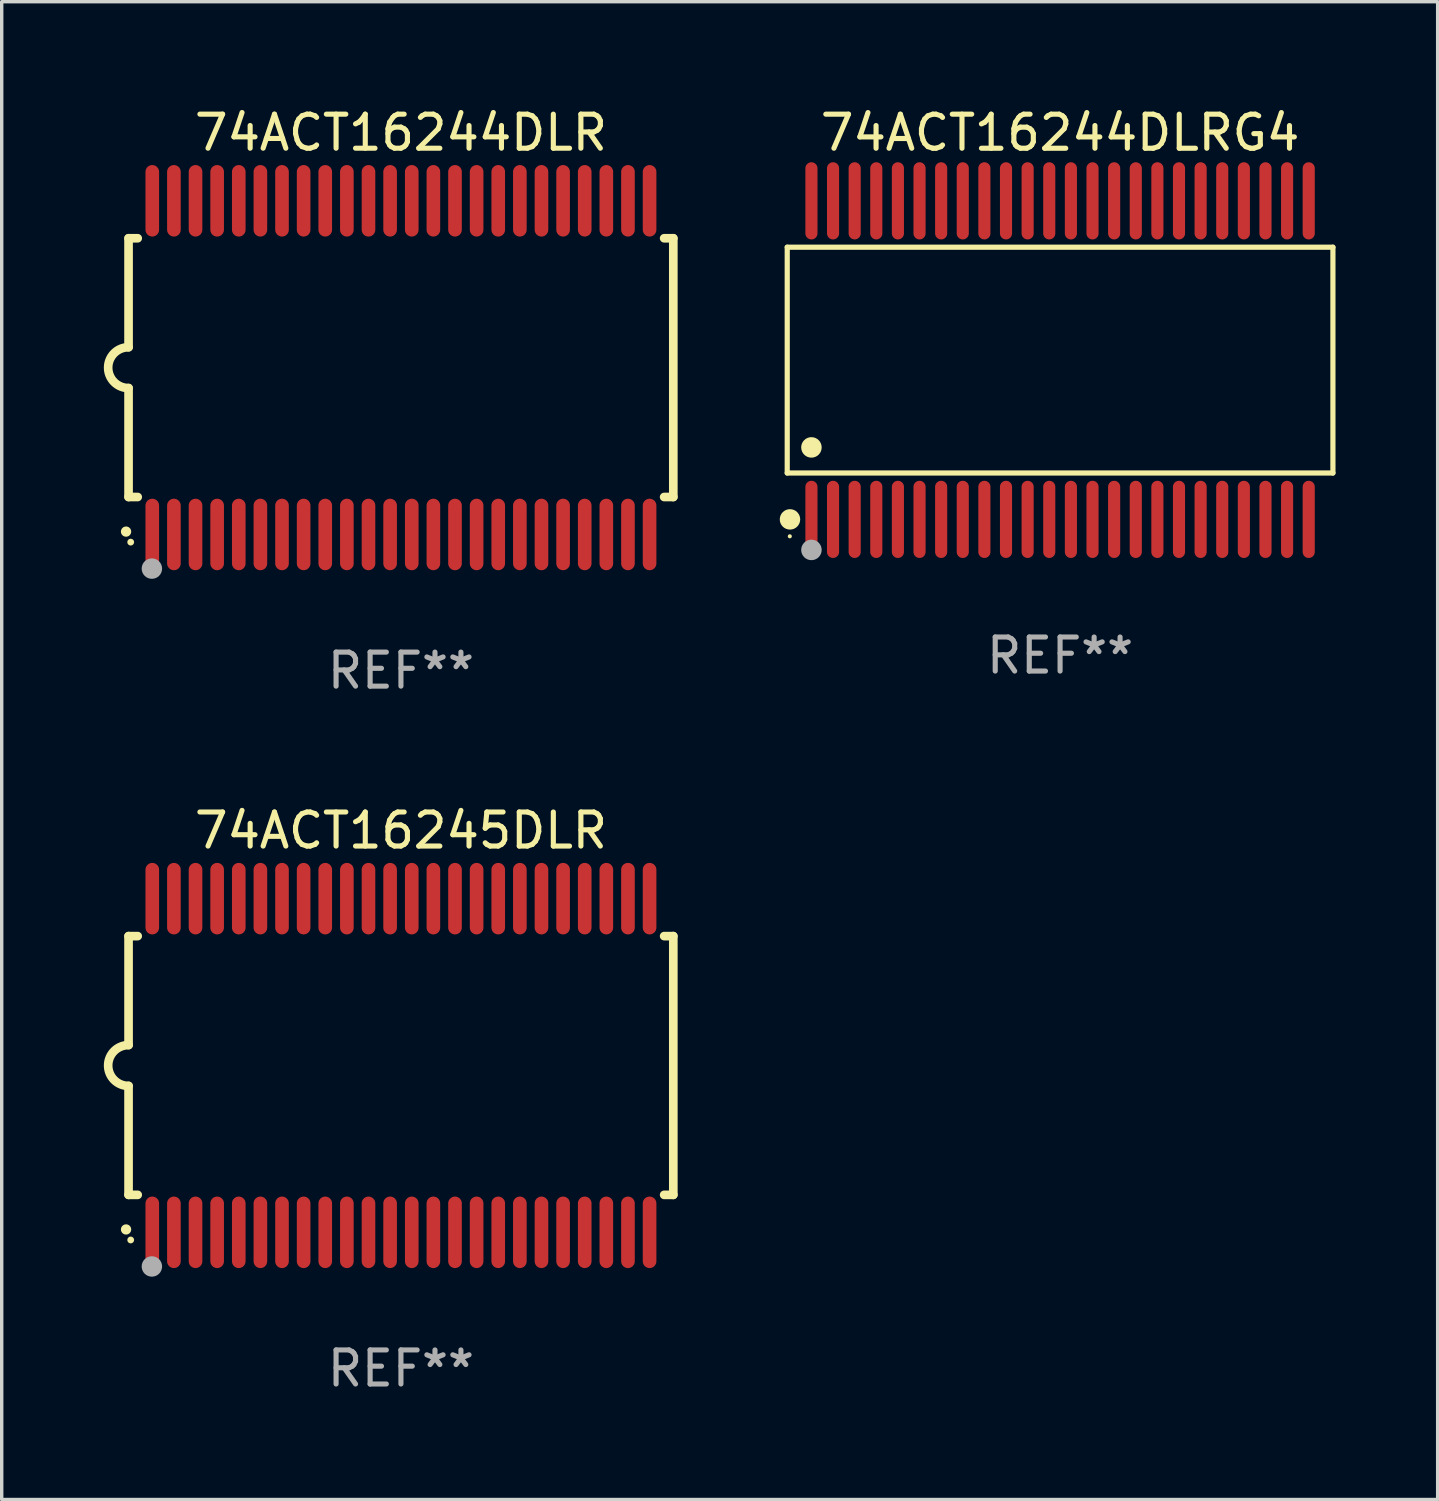
<source format=kicad_pcb>
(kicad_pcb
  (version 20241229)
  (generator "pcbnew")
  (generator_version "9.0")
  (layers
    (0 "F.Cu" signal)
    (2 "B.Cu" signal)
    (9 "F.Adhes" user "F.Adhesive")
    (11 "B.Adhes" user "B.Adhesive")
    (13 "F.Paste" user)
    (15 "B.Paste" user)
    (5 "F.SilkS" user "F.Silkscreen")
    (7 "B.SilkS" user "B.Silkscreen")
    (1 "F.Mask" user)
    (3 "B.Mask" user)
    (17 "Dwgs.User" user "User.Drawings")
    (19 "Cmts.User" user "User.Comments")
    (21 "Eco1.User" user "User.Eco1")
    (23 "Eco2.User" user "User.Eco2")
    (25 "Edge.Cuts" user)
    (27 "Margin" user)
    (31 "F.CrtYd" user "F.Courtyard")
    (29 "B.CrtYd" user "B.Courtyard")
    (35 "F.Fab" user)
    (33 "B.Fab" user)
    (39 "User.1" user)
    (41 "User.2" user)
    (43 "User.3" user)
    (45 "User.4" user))
  (footprint "74ACT16245DLR"
    (layer "F.Cu")
    (at 8.726 28.245)
    (property "Reference" "74ACT16245DLR" (at 0 -6.9 0) (layer "F.SilkS") (effects (font (size 1 1) (thickness 0.15))))
    (attr through_hole)
    (fp_line (start -8 -3.8) (end -8 -0.599) (stroke (width 0.254) (type solid)) (layer "F.SilkS"))
    (fp_line (start -8 -3.8) (end -7.731 -3.8) (stroke (width 0.254) (type solid)) (layer "F.SilkS"))
    (fp_line (start -8 3.8) (end -8 0.599) (stroke (width 0.254) (type solid)) (layer "F.SilkS"))
    (fp_line (start -7.731 3.8) (end -8 3.8) (stroke (width 0.254) (type solid)) (layer "F.SilkS"))
    (fp_line (start 7.731 -3.8) (end 8 -3.8) (stroke (width 0.254) (type solid)) (layer "F.SilkS"))
    (fp_line (start 8 -3.8) (end 8 3.8) (stroke (width 0.254) (type solid)) (layer "F.SilkS"))
    (fp_line (start 8 3.8) (end 7.731 3.8) (stroke (width 0.254) (type solid)) (layer "F.SilkS"))
    (fp_arc (start -8.074676 4.81585) (mid -8.073406 4.815845) (end -8.072136 4.81585) (stroke (width 0.3) (type solid)) (layer "F.SilkS"))
    (fp_arc (start -8.000025 0.6) (mid -8.598908 0.00056) (end -8.000027 -0.598882) (stroke (width 0.254001) (type solid)) (layer "F.SilkS"))
    (fp_circle (center -7.937 5.125) (end -7.887 5.125) (stroke (width 0.1) (type solid)) (fill no) (layer "F.SilkS"))
    (fp_circle (center -7.315 5.903) (end -7.165 5.903) (stroke (width 0.3) (type solid)) (fill no) (layer "F.Fab"))
    (fp_text user "REF**" (at 0 8.9 0) (layer "F.Fab") (effects (font (size 1 1) (thickness 0.15))))
    (pad "1" smd oval (at -7.303 4.9) (size 0.4 2.1) (layers "F.Cu" "F.Mask" "F.Paste"))
    (pad "2" smd oval (at -6.668 4.9) (size 0.4 2.1) (layers "F.Cu" "F.Mask" "F.Paste"))
    (pad "3" smd oval (at -6.033 4.9) (size 0.4 2.1) (layers "F.Cu" "F.Mask" "F.Paste"))
    (pad "4" smd oval (at -5.398 4.9) (size 0.4 2.1) (layers "F.Cu" "F.Mask" "F.Paste"))
    (pad "5" smd oval (at -4.763 4.9) (size 0.4 2.1) (layers "F.Cu" "F.Mask" "F.Paste"))
    (pad "6" smd oval (at -4.128 4.9) (size 0.4 2.1) (layers "F.Cu" "F.Mask" "F.Paste"))
    (pad "7" smd oval (at -3.493 4.9) (size 0.4 2.1) (layers "F.Cu" "F.Mask" "F.Paste"))
    (pad "8" smd oval (at -2.858 4.9) (size 0.4 2.1) (layers "F.Cu" "F.Mask" "F.Paste"))
    (pad "9" smd oval (at -2.223 4.9) (size 0.4 2.1) (layers "F.Cu" "F.Mask" "F.Paste"))
    (pad "10" smd oval (at -1.588 4.9) (size 0.4 2.1) (layers "F.Cu" "F.Mask" "F.Paste"))
    (pad "11" smd oval (at -0.953 4.9) (size 0.4 2.1) (layers "F.Cu" "F.Mask" "F.Paste"))
    (pad "12" smd oval (at -0.318 4.9) (size 0.4 2.1) (layers "F.Cu" "F.Mask" "F.Paste"))
    (pad "13" smd oval (at 0.318 4.9) (size 0.4 2.1) (layers "F.Cu" "F.Mask" "F.Paste"))
    (pad "14" smd oval (at 0.953 4.9) (size 0.4 2.1) (layers "F.Cu" "F.Mask" "F.Paste"))
    (pad "15" smd oval (at 1.588 4.9) (size 0.4 2.1) (layers "F.Cu" "F.Mask" "F.Paste"))
    (pad "16" smd oval (at 2.223 4.9) (size 0.4 2.1) (layers "F.Cu" "F.Mask" "F.Paste"))
    (pad "17" smd oval (at 2.858 4.9) (size 0.4 2.1) (layers "F.Cu" "F.Mask" "F.Paste"))
    (pad "18" smd oval (at 3.493 4.9) (size 0.4 2.1) (layers "F.Cu" "F.Mask" "F.Paste"))
    (pad "19" smd oval (at 4.128 4.9) (size 0.4 2.1) (layers "F.Cu" "F.Mask" "F.Paste"))
    (pad "20" smd oval (at 4.763 4.9) (size 0.4 2.1) (layers "F.Cu" "F.Mask" "F.Paste"))
    (pad "21" smd oval (at 5.398 4.9) (size 0.4 2.1) (layers "F.Cu" "F.Mask" "F.Paste"))
    (pad "22" smd oval (at 6.033 4.9) (size 0.4 2.1) (layers "F.Cu" "F.Mask" "F.Paste"))
    (pad "23" smd oval (at 6.668 4.9) (size 0.4 2.1) (layers "F.Cu" "F.Mask" "F.Paste"))
    (pad "24" smd oval (at 7.303 4.9) (size 0.4 2.1) (layers "F.Cu" "F.Mask" "F.Paste"))
    (pad "25" smd oval (at 7.303 -4.9 180) (size 0.4 2.1) (layers "F.Cu" "F.Mask" "F.Paste"))
    (pad "26" smd oval (at 6.668 -4.9 180) (size 0.4 2.1) (layers "F.Cu" "F.Mask" "F.Paste"))
    (pad "27" smd oval (at 6.033 -4.9 180) (size 0.4 2.1) (layers "F.Cu" "F.Mask" "F.Paste"))
    (pad "28" smd oval (at 5.398 -4.9 180) (size 0.4 2.1) (layers "F.Cu" "F.Mask" "F.Paste"))
    (pad "29" smd oval (at 4.763 -4.9 180) (size 0.4 2.1) (layers "F.Cu" "F.Mask" "F.Paste"))
    (pad "30" smd oval (at 4.128 -4.9 180) (size 0.4 2.1) (layers "F.Cu" "F.Mask" "F.Paste"))
    (pad "31" smd oval (at 3.493 -4.9 180) (size 0.4 2.1) (layers "F.Cu" "F.Mask" "F.Paste"))
    (pad "32" smd oval (at 2.858 -4.9 180) (size 0.4 2.1) (layers "F.Cu" "F.Mask" "F.Paste"))
    (pad "33" smd oval (at 2.223 -4.9 180) (size 0.4 2.1) (layers "F.Cu" "F.Mask" "F.Paste"))
    (pad "34" smd oval (at 1.588 -4.9 180) (size 0.4 2.1) (layers "F.Cu" "F.Mask" "F.Paste"))
    (pad "35" smd oval (at 0.953 -4.9 180) (size 0.4 2.1) (layers "F.Cu" "F.Mask" "F.Paste"))
    (pad "36" smd oval (at 0.318 -4.9 180) (size 0.4 2.1) (layers "F.Cu" "F.Mask" "F.Paste"))
    (pad "37" smd oval (at -0.318 -4.9 180) (size 0.4 2.1) (layers "F.Cu" "F.Mask" "F.Paste"))
    (pad "38" smd oval (at -0.953 -4.9 180) (size 0.4 2.1) (layers "F.Cu" "F.Mask" "F.Paste"))
    (pad "39" smd oval (at -1.588 -4.9 180) (size 0.4 2.1) (layers "F.Cu" "F.Mask" "F.Paste"))
    (pad "40" smd oval (at -2.223 -4.9 180) (size 0.4 2.1) (layers "F.Cu" "F.Mask" "F.Paste"))
    (pad "41" smd oval (at -2.858 -4.9 180) (size 0.4 2.1) (layers "F.Cu" "F.Mask" "F.Paste"))
    (pad "42" smd oval (at -3.493 -4.9 180) (size 0.4 2.1) (layers "F.Cu" "F.Mask" "F.Paste"))
    (pad "43" smd oval (at -4.128 -4.9 180) (size 0.4 2.1) (layers "F.Cu" "F.Mask" "F.Paste"))
    (pad "44" smd oval (at -4.763 -4.9 180) (size 0.4 2.1) (layers "F.Cu" "F.Mask" "F.Paste"))
    (pad "45" smd oval (at -5.398 -4.9 180) (size 0.4 2.1) (layers "F.Cu" "F.Mask" "F.Paste"))
    (pad "46" smd oval (at -6.033 -4.9 180) (size 0.4 2.1) (layers "F.Cu" "F.Mask" "F.Paste"))
    (pad "47" smd oval (at -6.668 -4.9 180) (size 0.4 2.1) (layers "F.Cu" "F.Mask" "F.Paste"))
    (pad "48" smd oval (at -7.303 -4.9 180) (size 0.4 2.1) (layers "F.Cu" "F.Mask" "F.Paste")))
  (footprint "74ACT16244DLR"
    (layer "F.Cu")
    (at 8.726 7.748)
    (property "Reference" "74ACT16244DLR" (at 0 -6.9 0) (layer "F.SilkS") (effects (font (size 1 1) (thickness 0.15))))
    (attr through_hole)
    (fp_line (start -8 -3.8) (end -8 -0.599) (stroke (width 0.254) (type solid)) (layer "F.SilkS"))
    (fp_line (start -8 -3.8) (end -7.731 -3.8) (stroke (width 0.254) (type solid)) (layer "F.SilkS"))
    (fp_line (start -8 3.8) (end -8 0.599) (stroke (width 0.254) (type solid)) (layer "F.SilkS"))
    (fp_line (start -7.731 3.8) (end -8 3.8) (stroke (width 0.254) (type solid)) (layer "F.SilkS"))
    (fp_line (start 7.731 -3.8) (end 8 -3.8) (stroke (width 0.254) (type solid)) (layer "F.SilkS"))
    (fp_line (start 8 -3.8) (end 8 3.8) (stroke (width 0.254) (type solid)) (layer "F.SilkS"))
    (fp_line (start 8 3.8) (end 7.731 3.8) (stroke (width 0.254) (type solid)) (layer "F.SilkS"))
    (fp_arc (start -8.074676 4.81585) (mid -8.073406 4.815845) (end -8.072136 4.81585) (stroke (width 0.3) (type solid)) (layer "F.SilkS"))
    (fp_arc (start -8.000025 0.6) (mid -8.598908 0.00056) (end -8.000027 -0.598882) (stroke (width 0.254001) (type solid)) (layer "F.SilkS"))
    (fp_circle (center -7.937 5.125) (end -7.887 5.125) (stroke (width 0.1) (type solid)) (fill no) (layer "F.SilkS"))
    (fp_circle (center -7.315 5.903) (end -7.165 5.903) (stroke (width 0.3) (type solid)) (fill no) (layer "F.Fab"))
    (fp_text user "REF**" (at 0 8.9 0) (layer "F.Fab") (effects (font (size 1 1) (thickness 0.15))))
    (pad "1" smd oval (at -7.303 4.9) (size 0.4 2.1) (layers "F.Cu" "F.Mask" "F.Paste"))
    (pad "2" smd oval (at -6.668 4.9) (size 0.4 2.1) (layers "F.Cu" "F.Mask" "F.Paste"))
    (pad "3" smd oval (at -6.033 4.9) (size 0.4 2.1) (layers "F.Cu" "F.Mask" "F.Paste"))
    (pad "4" smd oval (at -5.398 4.9) (size 0.4 2.1) (layers "F.Cu" "F.Mask" "F.Paste"))
    (pad "5" smd oval (at -4.763 4.9) (size 0.4 2.1) (layers "F.Cu" "F.Mask" "F.Paste"))
    (pad "6" smd oval (at -4.128 4.9) (size 0.4 2.1) (layers "F.Cu" "F.Mask" "F.Paste"))
    (pad "7" smd oval (at -3.493 4.9) (size 0.4 2.1) (layers "F.Cu" "F.Mask" "F.Paste"))
    (pad "8" smd oval (at -2.858 4.9) (size 0.4 2.1) (layers "F.Cu" "F.Mask" "F.Paste"))
    (pad "9" smd oval (at -2.223 4.9) (size 0.4 2.1) (layers "F.Cu" "F.Mask" "F.Paste"))
    (pad "10" smd oval (at -1.588 4.9) (size 0.4 2.1) (layers "F.Cu" "F.Mask" "F.Paste"))
    (pad "11" smd oval (at -0.953 4.9) (size 0.4 2.1) (layers "F.Cu" "F.Mask" "F.Paste"))
    (pad "12" smd oval (at -0.318 4.9) (size 0.4 2.1) (layers "F.Cu" "F.Mask" "F.Paste"))
    (pad "13" smd oval (at 0.318 4.9) (size 0.4 2.1) (layers "F.Cu" "F.Mask" "F.Paste"))
    (pad "14" smd oval (at 0.953 4.9) (size 0.4 2.1) (layers "F.Cu" "F.Mask" "F.Paste"))
    (pad "15" smd oval (at 1.588 4.9) (size 0.4 2.1) (layers "F.Cu" "F.Mask" "F.Paste"))
    (pad "16" smd oval (at 2.223 4.9) (size 0.4 2.1) (layers "F.Cu" "F.Mask" "F.Paste"))
    (pad "17" smd oval (at 2.858 4.9) (size 0.4 2.1) (layers "F.Cu" "F.Mask" "F.Paste"))
    (pad "18" smd oval (at 3.493 4.9) (size 0.4 2.1) (layers "F.Cu" "F.Mask" "F.Paste"))
    (pad "19" smd oval (at 4.128 4.9) (size 0.4 2.1) (layers "F.Cu" "F.Mask" "F.Paste"))
    (pad "20" smd oval (at 4.763 4.9) (size 0.4 2.1) (layers "F.Cu" "F.Mask" "F.Paste"))
    (pad "21" smd oval (at 5.398 4.9) (size 0.4 2.1) (layers "F.Cu" "F.Mask" "F.Paste"))
    (pad "22" smd oval (at 6.033 4.9) (size 0.4 2.1) (layers "F.Cu" "F.Mask" "F.Paste"))
    (pad "23" smd oval (at 6.668 4.9) (size 0.4 2.1) (layers "F.Cu" "F.Mask" "F.Paste"))
    (pad "24" smd oval (at 7.303 4.9) (size 0.4 2.1) (layers "F.Cu" "F.Mask" "F.Paste"))
    (pad "25" smd oval (at 7.303 -4.9 180) (size 0.4 2.1) (layers "F.Cu" "F.Mask" "F.Paste"))
    (pad "26" smd oval (at 6.668 -4.9 180) (size 0.4 2.1) (layers "F.Cu" "F.Mask" "F.Paste"))
    (pad "27" smd oval (at 6.033 -4.9 180) (size 0.4 2.1) (layers "F.Cu" "F.Mask" "F.Paste"))
    (pad "28" smd oval (at 5.398 -4.9 180) (size 0.4 2.1) (layers "F.Cu" "F.Mask" "F.Paste"))
    (pad "29" smd oval (at 4.763 -4.9 180) (size 0.4 2.1) (layers "F.Cu" "F.Mask" "F.Paste"))
    (pad "30" smd oval (at 4.128 -4.9 180) (size 0.4 2.1) (layers "F.Cu" "F.Mask" "F.Paste"))
    (pad "31" smd oval (at 3.493 -4.9 180) (size 0.4 2.1) (layers "F.Cu" "F.Mask" "F.Paste"))
    (pad "32" smd oval (at 2.858 -4.9 180) (size 0.4 2.1) (layers "F.Cu" "F.Mask" "F.Paste"))
    (pad "33" smd oval (at 2.223 -4.9 180) (size 0.4 2.1) (layers "F.Cu" "F.Mask" "F.Paste"))
    (pad "34" smd oval (at 1.588 -4.9 180) (size 0.4 2.1) (layers "F.Cu" "F.Mask" "F.Paste"))
    (pad "35" smd oval (at 0.953 -4.9 180) (size 0.4 2.1) (layers "F.Cu" "F.Mask" "F.Paste"))
    (pad "36" smd oval (at 0.318 -4.9 180) (size 0.4 2.1) (layers "F.Cu" "F.Mask" "F.Paste"))
    (pad "37" smd oval (at -0.318 -4.9 180) (size 0.4 2.1) (layers "F.Cu" "F.Mask" "F.Paste"))
    (pad "38" smd oval (at -0.953 -4.9 180) (size 0.4 2.1) (layers "F.Cu" "F.Mask" "F.Paste"))
    (pad "39" smd oval (at -1.588 -4.9 180) (size 0.4 2.1) (layers "F.Cu" "F.Mask" "F.Paste"))
    (pad "40" smd oval (at -2.223 -4.9 180) (size 0.4 2.1) (layers "F.Cu" "F.Mask" "F.Paste"))
    (pad "41" smd oval (at -2.858 -4.9 180) (size 0.4 2.1) (layers "F.Cu" "F.Mask" "F.Paste"))
    (pad "42" smd oval (at -3.493 -4.9 180) (size 0.4 2.1) (layers "F.Cu" "F.Mask" "F.Paste"))
    (pad "43" smd oval (at -4.128 -4.9 180) (size 0.4 2.1) (layers "F.Cu" "F.Mask" "F.Paste"))
    (pad "44" smd oval (at -4.763 -4.9 180) (size 0.4 2.1) (layers "F.Cu" "F.Mask" "F.Paste"))
    (pad "45" smd oval (at -5.398 -4.9 180) (size 0.4 2.1) (layers "F.Cu" "F.Mask" "F.Paste"))
    (pad "46" smd oval (at -6.033 -4.9 180) (size 0.4 2.1) (layers "F.Cu" "F.Mask" "F.Paste"))
    (pad "47" smd oval (at -6.668 -4.9 180) (size 0.4 2.1) (layers "F.Cu" "F.Mask" "F.Paste"))
    (pad "48" smd oval (at -7.303 -4.9 180) (size 0.4 2.1) (layers "F.Cu" "F.Mask" "F.Paste")))
  (footprint "74ACT16244DLRG4"
    (layer "F.Cu")
    (at 28.086 7.527)
    (property "Reference" "74ACT16244DLRG4" (at 0 -6.678 0) (layer "F.SilkS") (effects (font (size 1 1) (thickness 0.15))))
    (attr through_hole)
    (fp_line (start -8.014 -3.316) (end 8.014 -3.316) (stroke (width 0.152) (type solid)) (layer "F.SilkS"))
    (fp_line (start -8.014 3.316) (end -8.014 -3.316) (stroke (width 0.152) (type solid)) (layer "F.SilkS"))
    (fp_line (start 8.014 -3.316) (end 8.014 3.316) (stroke (width 0.152) (type solid)) (layer "F.SilkS"))
    (fp_line (start 8.014 3.316) (end -8.014 3.316) (stroke (width 0.152) (type solid)) (layer "F.SilkS"))
    (fp_circle (center -7.938 5.175) (end -7.908 5.175) (stroke (width 0.06) (type solid)) (fill no) (layer "F.SilkS"))
    (fp_circle (center -7.933 4.678) (end -7.783 4.678) (stroke (width 0.3) (type solid)) (fill no) (layer "F.SilkS"))
    (fp_circle (center -7.303 2.564) (end -7.152 2.564) (stroke (width 0.3) (type solid)) (fill no) (layer "F.SilkS"))
    (fp_circle (center -7.303 5.575) (end -7.152 5.575) (stroke (width 0.3) (type solid)) (fill no) (layer "F.Fab"))
    (fp_text user "REF**" (at 0 8.678 0) (layer "F.Fab") (effects (font (size 1 1) (thickness 0.15))))
    (pad "1" smd oval (at -7.303 4.678) (size 0.356 2.267) (layers "F.Cu" "F.Mask" "F.Paste"))
    (pad "2" smd oval (at -6.668 4.678) (size 0.356 2.267) (layers "F.Cu" "F.Mask" "F.Paste"))
    (pad "3" smd oval (at -6.033 4.678) (size 0.356 2.267) (layers "F.Cu" "F.Mask" "F.Paste"))
    (pad "4" smd oval (at -5.398 4.678) (size 0.356 2.267) (layers "F.Cu" "F.Mask" "F.Paste"))
    (pad "5" smd oval (at -4.763 4.678) (size 0.356 2.267) (layers "F.Cu" "F.Mask" "F.Paste"))
    (pad "6" smd oval (at -4.128 4.678) (size 0.356 2.267) (layers "F.Cu" "F.Mask" "F.Paste"))
    (pad "7" smd oval (at -3.493 4.678) (size 0.356 2.267) (layers "F.Cu" "F.Mask" "F.Paste"))
    (pad "8" smd oval (at -2.858 4.678) (size 0.356 2.267) (layers "F.Cu" "F.Mask" "F.Paste"))
    (pad "9" smd oval (at -2.223 4.678) (size 0.356 2.267) (layers "F.Cu" "F.Mask" "F.Paste"))
    (pad "10" smd oval (at -1.588 4.678) (size 0.356 2.267) (layers "F.Cu" "F.Mask" "F.Paste"))
    (pad "11" smd oval (at -0.953 4.678) (size 0.356 2.267) (layers "F.Cu" "F.Mask" "F.Paste"))
    (pad "12" smd oval (at -0.318 4.678) (size 0.356 2.267) (layers "F.Cu" "F.Mask" "F.Paste"))
    (pad "13" smd oval (at 0.318 4.678) (size 0.356 2.267) (layers "F.Cu" "F.Mask" "F.Paste"))
    (pad "14" smd oval (at 0.953 4.678) (size 0.356 2.267) (layers "F.Cu" "F.Mask" "F.Paste"))
    (pad "15" smd oval (at 1.588 4.678) (size 0.356 2.267) (layers "F.Cu" "F.Mask" "F.Paste"))
    (pad "16" smd oval (at 2.223 4.678) (size 0.356 2.267) (layers "F.Cu" "F.Mask" "F.Paste"))
    (pad "17" smd oval (at 2.858 4.678) (size 0.356 2.267) (layers "F.Cu" "F.Mask" "F.Paste"))
    (pad "18" smd oval (at 3.493 4.678) (size 0.356 2.267) (layers "F.Cu" "F.Mask" "F.Paste"))
    (pad "19" smd oval (at 4.128 4.678) (size 0.356 2.267) (layers "F.Cu" "F.Mask" "F.Paste"))
    (pad "20" smd oval (at 4.763 4.678) (size 0.356 2.267) (layers "F.Cu" "F.Mask" "F.Paste"))
    (pad "21" smd oval (at 5.398 4.678) (size 0.356 2.267) (layers "F.Cu" "F.Mask" "F.Paste"))
    (pad "22" smd oval (at 6.033 4.678) (size 0.356 2.267) (layers "F.Cu" "F.Mask" "F.Paste"))
    (pad "23" smd oval (at 6.668 4.678) (size 0.356 2.267) (layers "F.Cu" "F.Mask" "F.Paste"))
    (pad "24" smd oval (at 7.303 4.678) (size 0.356 2.267) (layers "F.Cu" "F.Mask" "F.Paste"))
    (pad "25" smd oval (at 7.303 -4.678) (size 0.356 2.267) (layers "F.Cu" "F.Mask" "F.Paste"))
    (pad "26" smd oval (at 6.668 -4.678) (size 0.356 2.267) (layers "F.Cu" "F.Mask" "F.Paste"))
    (pad "27" smd oval (at 6.033 -4.678) (size 0.356 2.267) (layers "F.Cu" "F.Mask" "F.Paste"))
    (pad "28" smd oval (at 5.398 -4.678) (size 0.356 2.267) (layers "F.Cu" "F.Mask" "F.Paste"))
    (pad "29" smd oval (at 4.763 -4.678) (size 0.356 2.267) (layers "F.Cu" "F.Mask" "F.Paste"))
    (pad "30" smd oval (at 4.128 -4.678) (size 0.356 2.267) (layers "F.Cu" "F.Mask" "F.Paste"))
    (pad "31" smd oval (at 3.493 -4.678) (size 0.356 2.267) (layers "F.Cu" "F.Mask" "F.Paste"))
    (pad "32" smd oval (at 2.858 -4.678) (size 0.356 2.267) (layers "F.Cu" "F.Mask" "F.Paste"))
    (pad "33" smd oval (at 2.223 -4.678) (size 0.356 2.267) (layers "F.Cu" "F.Mask" "F.Paste"))
    (pad "34" smd oval (at 1.588 -4.678) (size 0.356 2.267) (layers "F.Cu" "F.Mask" "F.Paste"))
    (pad "35" smd oval (at 0.953 -4.678) (size 0.356 2.267) (layers "F.Cu" "F.Mask" "F.Paste"))
    (pad "36" smd oval (at 0.318 -4.678) (size 0.356 2.267) (layers "F.Cu" "F.Mask" "F.Paste"))
    (pad "37" smd oval (at -0.318 -4.678) (size 0.356 2.267) (layers "F.Cu" "F.Mask" "F.Paste"))
    (pad "38" smd oval (at -0.953 -4.678) (size 0.356 2.267) (layers "F.Cu" "F.Mask" "F.Paste"))
    (pad "39" smd oval (at -1.588 -4.678) (size 0.356 2.267) (layers "F.Cu" "F.Mask" "F.Paste"))
    (pad "40" smd oval (at -2.223 -4.678) (size 0.356 2.267) (layers "F.Cu" "F.Mask" "F.Paste"))
    (pad "41" smd oval (at -2.858 -4.678) (size 0.356 2.267) (layers "F.Cu" "F.Mask" "F.Paste"))
    (pad "42" smd oval (at -3.493 -4.678) (size 0.356 2.267) (layers "F.Cu" "F.Mask" "F.Paste"))
    (pad "43" smd oval (at -4.128 -4.678) (size 0.356 2.267) (layers "F.Cu" "F.Mask" "F.Paste"))
    (pad "44" smd oval (at -4.763 -4.678) (size 0.356 2.267) (layers "F.Cu" "F.Mask" "F.Paste"))
    (pad "45" smd oval (at -5.398 -4.678) (size 0.356 2.267) (layers "F.Cu" "F.Mask" "F.Paste"))
    (pad "46" smd oval (at -6.033 -4.678) (size 0.356 2.267) (layers "F.Cu" "F.Mask" "F.Paste"))
    (pad "47" smd oval (at -6.668 -4.678) (size 0.356 2.267) (layers "F.Cu" "F.Mask" "F.Paste"))
    (pad "48" smd oval (at -7.303 -4.678) (size 0.356 2.267) (layers "F.Cu" "F.Mask" "F.Paste")))
  (gr_rect
    (start -3 -3)
    (end 39.176 40.993)
    (stroke (width 0.1) (type default))
    (fill no)
    (layer "Edge.Cuts")))
</source>
